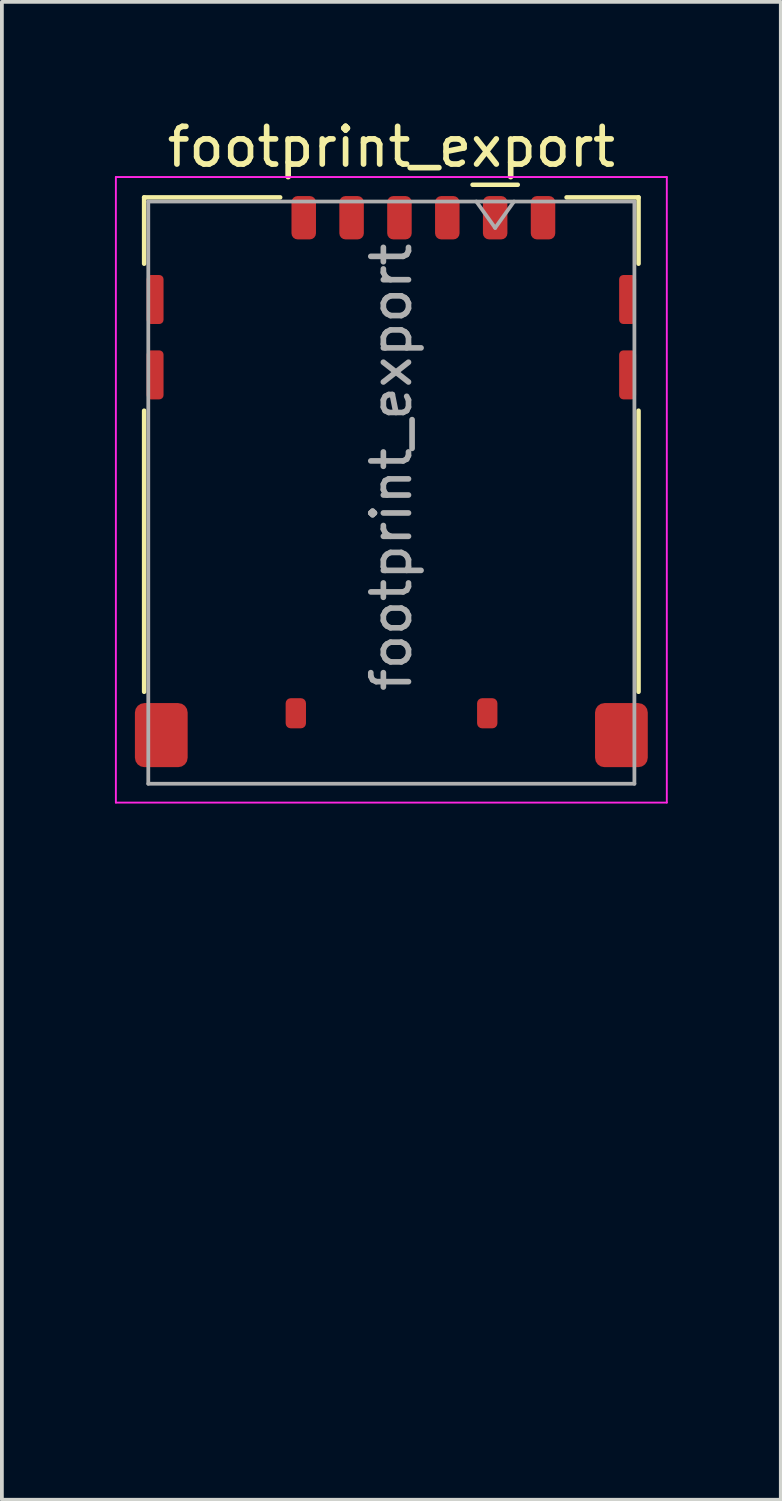
<source format=kicad_pcb>
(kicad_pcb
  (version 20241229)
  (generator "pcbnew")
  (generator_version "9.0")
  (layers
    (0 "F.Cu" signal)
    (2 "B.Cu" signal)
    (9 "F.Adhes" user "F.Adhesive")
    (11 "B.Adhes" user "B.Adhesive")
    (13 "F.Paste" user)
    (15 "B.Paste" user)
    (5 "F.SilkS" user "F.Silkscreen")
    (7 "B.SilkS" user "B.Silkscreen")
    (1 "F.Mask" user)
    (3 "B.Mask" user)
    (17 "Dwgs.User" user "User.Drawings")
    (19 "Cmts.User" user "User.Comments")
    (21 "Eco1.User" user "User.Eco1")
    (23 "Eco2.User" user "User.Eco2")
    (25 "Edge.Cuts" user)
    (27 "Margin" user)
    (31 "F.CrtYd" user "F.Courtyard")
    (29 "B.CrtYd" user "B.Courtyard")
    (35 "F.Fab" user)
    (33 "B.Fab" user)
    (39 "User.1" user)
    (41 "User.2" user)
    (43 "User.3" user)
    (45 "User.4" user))
  (footprint "footprint_export"
    (layer "F.Cu")
    (at 7.335 9.348)
    (property "Reference" "footprint_export" (at 0 -8.5 0) (layer "F.SilkS") (effects (font (size 1 1) (thickness 0.15))))
    (attr smd)
    (fp_line (start -6.56 -7.16) (end -2.95 -7.16) (stroke (width 0.12) (type solid)) (layer "F.SilkS"))
    (fp_line (start -6.56 -5.4) (end -6.56 -7.16) (stroke (width 0.12) (type solid)) (layer "F.SilkS"))
    (fp_line (start -6.56 5.96) (end -6.56 -1.5) (stroke (width 0.12) (type solid)) (layer "F.SilkS"))
    (fp_line (start 3.355 -7.495) (end 2.155 -7.495) (stroke (width 0.12) (type solid)) (layer "F.SilkS"))
    (fp_line (start 4.65 -7.16) (end 6.56 -7.16) (stroke (width 0.12) (type solid)) (layer "F.SilkS"))
    (fp_line (start 6.56 -5.4) (end 6.56 -7.16) (stroke (width 0.12) (type solid)) (layer "F.SilkS"))
    (fp_line (start 6.56 5.96) (end 6.56 -1.5) (stroke (width 0.12) (type solid)) (layer "F.SilkS"))
    (fp_line (start -7.31 -7.7) (end -7.31 8.9) (stroke (width 0.05) (type solid)) (layer "F.CrtYd"))
    (fp_line (start -7.31 -7.7) (end 7.31 -7.7) (stroke (width 0.05) (type solid)) (layer "F.CrtYd"))
    (fp_line (start -7.31 8.9) (end 7.31 8.9) (stroke (width 0.05) (type solid)) (layer "F.CrtYd"))
    (fp_line (start 7.31 -7.7) (end 7.31 8.9) (stroke (width 0.05) (type solid)) (layer "F.CrtYd"))
    (fp_line (start -6.45 -7.05) (end -6.45 8.4) (stroke (width 0.1) (type solid)) (layer "F.Fab"))
    (fp_line (start -6.45 -7.05) (end 6.45 -7.05) (stroke (width 0.1) (type solid)) (layer "F.Fab"))
    (fp_line (start -6.45 8.4) (end 6.45 8.4) (stroke (width 0.1) (type solid)) (layer "F.Fab"))
    (fp_line (start 2.755 -6.35) (end 2.255 -7.05) (stroke (width 0.1) (type solid)) (layer "F.Fab"))
    (fp_line (start 3.255 -7.05) (end 2.755 -6.35) (stroke (width 0.1) (type solid)) (layer "F.Fab"))
    (fp_line (start 6.45 -7.05) (end 6.45 8.4) (stroke (width 0.1) (type solid)) (layer "F.Fab"))
    (fp_text user "${REFERENCE}" (at 0 0 270) (layer "F.Fab") (effects (font (size 1 1) (thickness 0.15))))
    (pad "1" smd roundrect (at 2.755 -6.62) (size 0.65 1.15) (layers "F.Cu" "F.Mask" "F.Paste") (roundrect_rratio 0.25))
    (pad "2" smd roundrect (at 0.215 -6.62) (size 0.65 1.15) (layers "F.Cu" "F.Mask" "F.Paste") (roundrect_rratio 0.25))
    (pad "3" smd roundrect (at -2.325 -6.62) (size 0.65 1.15) (layers "F.Cu" "F.Mask" "F.Paste") (roundrect_rratio 0.25))
    (pad "5" smd roundrect (at 4.025 -6.62) (size 0.65 1.15) (layers "F.Cu" "F.Mask" "F.Paste") (roundrect_rratio 0.25))
    (pad "6" smd roundrect (at 1.485 -6.62) (size 0.65 1.15) (layers "F.Cu" "F.Mask" "F.Paste") (roundrect_rratio 0.25))
    (pad "7" smd roundrect (at -1.055 -6.62) (size 0.65 1.15) (layers "F.Cu" "F.Mask" "F.Paste") (roundrect_rratio 0.25))
    (pad "SH" smd roundrect (at -6.27 -4.45) (size 0.45 1.3) (layers "F.Cu" "F.Mask" "F.Paste") (roundrect_rratio 0.25))
    (pad "SH" smd roundrect (at -6.27 -2.45) (size 0.45 1.3) (layers "F.Cu" "F.Mask" "F.Paste") (roundrect_rratio 0.25))
    (pad "SH" smd roundrect (at -6.105 7.11) (size 1.4 1.7) (layers "F.Cu" "F.Mask" "F.Paste") (roundrect_rratio 0.179))
    (pad "SH" smd roundrect (at -2.535 6.53) (size 0.54 0.8) (layers "F.Cu" "F.Mask" "F.Paste") (roundrect_rratio 0.25))
    (pad "SH" smd roundrect (at 2.545 6.53) (size 0.54 0.8) (layers "F.Cu" "F.Mask" "F.Paste") (roundrect_rratio 0.25))
    (pad "SH" smd roundrect (at 6.105 7.11) (size 1.4 1.7) (layers "F.Cu" "F.Mask" "F.Paste") (roundrect_rratio 0.179))
    (pad "SH" smd roundrect (at 6.27 -4.45) (size 0.45 1.3) (layers "F.Cu" "F.Mask" "F.Paste") (roundrect_rratio 0.25))
    (pad "SH" smd roundrect (at 6.27 -2.45) (size 0.45 1.3) (layers "F.Cu" "F.Mask" "F.Paste") (roundrect_rratio 0.25))
    (zone (net_name "") (layer "F.Cu") (hatch edge 0.5) (connect_pads) (min_thickness 0.25) (filled_areas_thickness no) (keepout (tracks allowed) (vias allowed) (pads allowed) (copperpour allowed) (footprints not_allowed)) (placement (enabled no)) (fill) (polygon (pts (xy 1.335 18.748) (xy 13.335 18.748) (xy 13.335 33.748) (xy 1.335 33.748))))
    (zone (net_name "") (layer "F.Cu") (hatch edge 0.5) (connect_pads) (min_thickness 0.25) (filled_areas_thickness no) (keepout (tracks not_allowed) (vias not_allowed) (pads not_allowed) (copperpour not_allowed) (footprints allowed)) (placement (enabled no)) (fill) (polygon (pts (xy 5.515 6.258) (xy 6.625 6.258) (xy 6.625 6.948) (xy 5.515 6.948))))
    (zone (net_name "") (layer "F.Cu") (hatch edge 0.5) (connect_pads) (min_thickness 0.25) (filled_areas_thickness no) (keepout (tracks not_allowed) (vias not_allowed) (pads not_allowed) (copperpour not_allowed) (footprints allowed)) (placement (enabled no)) (fill) (polygon (pts (xy 5.515 13.898) (xy 6.625 13.898) (xy 6.625 14.588) (xy 5.515 14.588))))
    (zone (net_name "") (layer "F.Cu") (hatch edge 0.5) (connect_pads) (min_thickness 0.25) (filled_areas_thickness no) (keepout (tracks not_allowed) (vias not_allowed) (pads not_allowed) (copperpour not_allowed) (footprints allowed)) (placement (enabled no)) (fill) (polygon (pts (xy 8.045 6.248) (xy 9.155 6.248) (xy 9.155 6.938) (xy 8.045 6.938))))
    (zone (net_name "") (layer "F.Cu") (hatch edge 0.5) (connect_pads) (min_thickness 0.25) (filled_areas_thickness no) (keepout (tracks not_allowed) (vias not_allowed) (pads not_allowed) (copperpour not_allowed) (footprints allowed)) (placement (enabled no)) (fill) (polygon (pts (xy 8.055 13.898) (xy 9.165 13.898) (xy 9.165 14.588) (xy 8.055 14.588))))
    (zone (net_name "") (layer "F.Cu") (hatch edge 0.5) (connect_pads) (min_thickness 0.25) (filled_areas_thickness no) (keepout (tracks not_allowed) (vias not_allowed) (pads not_allowed) (copperpour not_allowed) (footprints allowed)) (placement (enabled no)) (fill) (polygon (pts (xy 10.595 6.248) (xy 11.705 6.248) (xy 11.705 6.938) (xy 10.595 6.938))))
    (zone (net_name "") (layer "F.Cu") (hatch edge 0.5) (connect_pads) (min_thickness 0.25) (filled_areas_thickness no) (keepout (tracks not_allowed) (vias not_allowed) (pads not_allowed) (copperpour not_allowed) (footprints allowed)) (placement (enabled no)) (fill) (polygon (pts (xy 10.595 13.898) (xy 11.705 13.898) (xy 11.705 14.588) (xy 10.595 14.588)))))
  (gr_rect
    (start -3 -3)
    (end 17.67 36.748)
    (stroke (width 0.1) (type default))
    (fill no)
    (layer "Edge.Cuts")))
</source>
